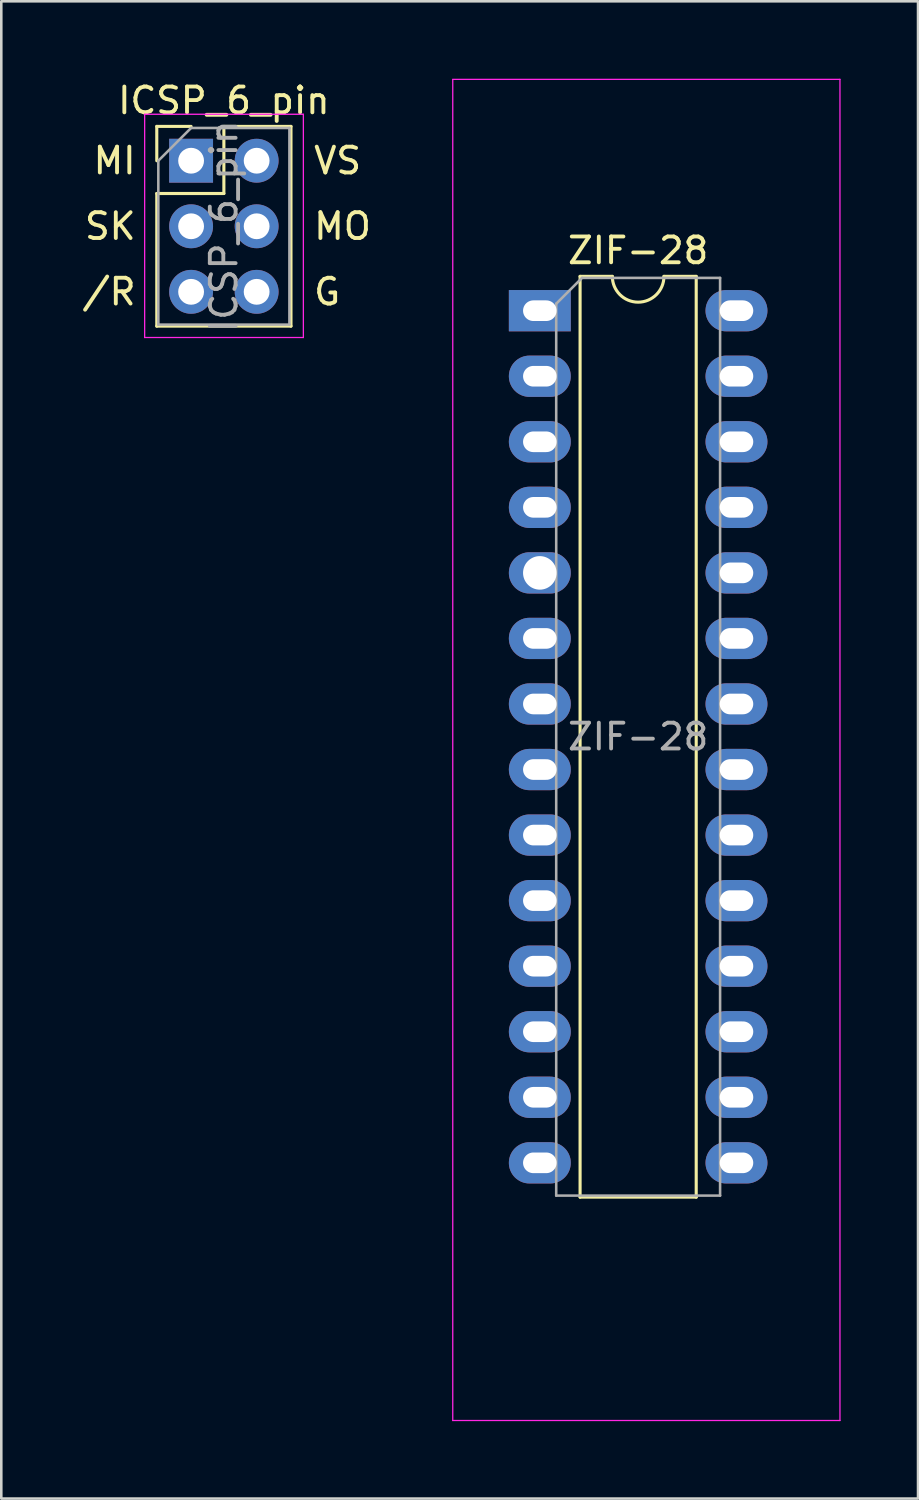
<source format=kicad_pcb>
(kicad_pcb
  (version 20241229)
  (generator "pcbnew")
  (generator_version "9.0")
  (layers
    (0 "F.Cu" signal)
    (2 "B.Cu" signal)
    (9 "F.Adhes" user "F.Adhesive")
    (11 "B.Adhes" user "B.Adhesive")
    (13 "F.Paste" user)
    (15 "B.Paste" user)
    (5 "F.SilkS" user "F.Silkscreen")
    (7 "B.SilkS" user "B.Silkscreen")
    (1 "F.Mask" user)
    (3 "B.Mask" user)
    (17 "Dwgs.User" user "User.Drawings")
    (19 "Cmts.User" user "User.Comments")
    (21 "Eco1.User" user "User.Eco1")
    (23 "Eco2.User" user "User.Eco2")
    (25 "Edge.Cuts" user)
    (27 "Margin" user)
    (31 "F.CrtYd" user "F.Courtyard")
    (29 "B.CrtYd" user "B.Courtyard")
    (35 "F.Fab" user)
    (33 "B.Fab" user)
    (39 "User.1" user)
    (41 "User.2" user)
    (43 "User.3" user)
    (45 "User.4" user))
  (footprint "ZIF-28"
    (layer "F.Cu")
    (at 17.893 8.971)
    (property "Reference" "ZIF-28" (at 3.785 -2.312 0) (layer "F.SilkS") (effects (font (size 1 1) (thickness 0.15))))
    (attr through_hole)
    (fp_line (start 1.535 -1.312) (end 1.535 34.368) (stroke (width 0.12) (type solid)) (layer "F.SilkS"))
    (fp_line (start 1.535 34.368) (end 6.035 34.368) (stroke (width 0.12) (type solid)) (layer "F.SilkS"))
    (fp_line (start 2.785 -1.312) (end 1.535 -1.312) (stroke (width 0.12) (type solid)) (layer "F.SilkS"))
    (fp_line (start 6.035 -1.312) (end 4.785 -1.312) (stroke (width 0.12) (type solid)) (layer "F.SilkS"))
    (fp_line (start 6.035 34.368) (end 6.035 -1.312) (stroke (width 0.12) (type solid)) (layer "F.SilkS"))
    (fp_arc (start 4.7846 -1.31222) (mid 3.7846 -0.31222) (end 2.7846 -1.31222) (stroke (width 0.12) (type solid)) (layer "F.SilkS"))
    (fp_line (start -3.399 -8.946) (end 11.605 -8.946) (stroke (width 0.05) (type solid)) (layer "F.CrtYd"))
    (fp_line (start -3.399 -8.941) (end -3.399 43.023) (stroke (width 0.05) (type solid)) (layer "F.CrtYd"))
    (fp_line (start -3.399 43.023) (end 11.605 43.023) (stroke (width 0.05) (type solid)) (layer "F.CrtYd"))
    (fp_line (start 11.605 43.023) (end 11.605 -8.946) (stroke (width 0.05) (type solid)) (layer "F.CrtYd"))
    (fp_line (start 0.61 -0.252) (end 1.61 -1.252) (stroke (width 0.1) (type solid)) (layer "F.Fab"))
    (fp_line (start 0.61 34.308) (end 0.61 -0.252) (stroke (width 0.1) (type solid)) (layer "F.Fab"))
    (fp_line (start 1.61 -1.252) (end 6.96 -1.252) (stroke (width 0.1) (type solid)) (layer "F.Fab"))
    (fp_line (start 6.96 -1.252) (end 6.96 34.308) (stroke (width 0.1) (type solid)) (layer "F.Fab"))
    (fp_line (start 6.96 34.308) (end 0.61 34.308) (stroke (width 0.1) (type solid)) (layer "F.Fab"))
    (fp_text user "${REFERENCE}" (at 3.785 16.528 0) (layer "F.Fab") (effects (font (size 1 1) (thickness 0.15))))
    (pad "1" thru_hole rect (at -0.025 0.018) (size 2.4 1.6) (drill oval 1.3 0.8) (layers "*.Cu" "*.Mask"))
    (pad "2" thru_hole oval (at -0.025 2.558) (size 2.4 1.6) (drill oval 1.3 0.8) (layers "*.Cu" "*.Mask"))
    (pad "3" thru_hole oval (at -0.025 5.098) (size 2.4 1.6) (drill oval 1.3 0.8) (layers "*.Cu" "*.Mask"))
    (pad "4" thru_hole oval (at -0.025 7.638) (size 2.4 1.6) (drill oval 1.3 0.8) (layers "*.Cu" "*.Mask"))
    (pad "5" thru_hole oval (at -0.025 10.178) (size 2.4 1.6) (drill 1.3) (layers "*.Cu" "*.Mask"))
    (pad "6" thru_hole oval (at -0.025 12.718) (size 2.4 1.6) (drill oval 1.3 0.8) (layers "*.Cu" "*.Mask"))
    (pad "7" thru_hole oval (at -0.025 15.258) (size 2.4 1.6) (drill oval 1.3 0.8) (layers "*.Cu" "*.Mask"))
    (pad "8" thru_hole oval (at -0.025 17.798) (size 2.4 1.6) (drill oval 1.3 0.8) (layers "*.Cu" "*.Mask"))
    (pad "9" thru_hole oval (at -0.025 20.338) (size 2.4 1.6) (drill oval 1.3 0.8) (layers "*.Cu" "*.Mask"))
    (pad "10" thru_hole oval (at -0.025 22.878) (size 2.4 1.6) (drill oval 1.3 0.8) (layers "*.Cu" "*.Mask"))
    (pad "11" thru_hole oval (at -0.025 25.418) (size 2.4 1.6) (drill oval 1.3 0.8) (layers "*.Cu" "*.Mask"))
    (pad "12" thru_hole oval (at -0.025 27.958) (size 2.4 1.6) (drill oval 1.3 0.8) (layers "*.Cu" "*.Mask"))
    (pad "13" thru_hole oval (at -0.025 30.498) (size 2.4 1.6) (drill oval 1.3 0.8) (layers "*.Cu" "*.Mask"))
    (pad "14" thru_hole oval (at -0.025 33.038) (size 2.4 1.6) (drill oval 1.3 0.8) (layers "*.Cu" "*.Mask"))
    (pad "15" thru_hole oval (at 7.595 33.038) (size 2.4 1.6) (drill oval 1.3 0.8) (layers "*.Cu" "*.Mask"))
    (pad "16" thru_hole oval (at 7.595 30.498) (size 2.4 1.6) (drill oval 1.3 0.8) (layers "*.Cu" "*.Mask"))
    (pad "17" thru_hole oval (at 7.595 27.958) (size 2.4 1.6) (drill oval 1.3 0.8) (layers "*.Cu" "*.Mask"))
    (pad "18" thru_hole oval (at 7.595 25.418) (size 2.4 1.6) (drill oval 1.3 0.8) (layers "*.Cu" "*.Mask"))
    (pad "19" thru_hole oval (at 7.595 22.878) (size 2.4 1.6) (drill oval 1.3 0.8) (layers "*.Cu" "*.Mask"))
    (pad "20" thru_hole oval (at 7.595 20.338) (size 2.4 1.6) (drill oval 1.3 0.8) (layers "*.Cu" "*.Mask"))
    (pad "21" thru_hole oval (at 7.595 17.798) (size 2.4 1.6) (drill oval 1.3 0.8) (layers "*.Cu" "*.Mask"))
    (pad "22" thru_hole oval (at 7.595 15.258) (size 2.4 1.6) (drill oval 1.3 0.8) (layers "*.Cu" "*.Mask"))
    (pad "23" thru_hole oval (at 7.595 12.718) (size 2.4 1.6) (drill oval 1.3 0.8) (layers "*.Cu" "*.Mask"))
    (pad "24" thru_hole oval (at 7.595 10.178) (size 2.4 1.6) (drill oval 1.3 0.8) (layers "*.Cu" "*.Mask"))
    (pad "25" thru_hole oval (at 7.595 7.638) (size 2.4 1.6) (drill oval 1.3 0.8) (layers "*.Cu" "*.Mask"))
    (pad "26" thru_hole oval (at 7.595 5.098) (size 2.4 1.6) (drill oval 1.3 0.8) (layers "*.Cu" "*.Mask"))
    (pad "27" thru_hole oval (at 7.595 2.558) (size 2.4 1.6) (drill oval 1.3 0.8) (layers "*.Cu" "*.Mask"))
    (pad "28" thru_hole oval (at 7.595 0.018) (size 2.4 1.6) (drill oval 1.3 0.8) (layers "*.Cu" "*.Mask")))
  (footprint "ICSP_6_pin"
    (layer "F.Cu")
    (at 4.355 3.178)
    (property "Reference" "ICSP_6_pin" (at 1.27 -2.33 0) (layer "F.SilkS") (effects (font (size 1 1) (thickness 0.15))))
    (attr through_hole)
    (fp_line (start -1.33 -1.33) (end 0 -1.33) (stroke (width 0.12) (type solid)) (layer "F.SilkS"))
    (fp_line (start -1.33 0) (end -1.33 -1.33) (stroke (width 0.12) (type solid)) (layer "F.SilkS"))
    (fp_line (start -1.33 1.27) (end -1.33 6.41) (stroke (width 0.12) (type solid)) (layer "F.SilkS"))
    (fp_line (start -1.33 1.27) (end 1.27 1.27) (stroke (width 0.12) (type solid)) (layer "F.SilkS"))
    (fp_line (start -1.33 6.41) (end 3.87 6.41) (stroke (width 0.12) (type solid)) (layer "F.SilkS"))
    (fp_line (start 1.27 -1.33) (end 3.87 -1.33) (stroke (width 0.12) (type solid)) (layer "F.SilkS"))
    (fp_line (start 1.27 1.27) (end 1.27 -1.33) (stroke (width 0.12) (type solid)) (layer "F.SilkS"))
    (fp_line (start 3.87 -1.33) (end 3.87 6.41) (stroke (width 0.12) (type solid)) (layer "F.SilkS"))
    (fp_line (start -1.8 -1.8) (end -1.8 6.85) (stroke (width 0.05) (type solid)) (layer "F.CrtYd"))
    (fp_line (start -1.8 6.85) (end 4.35 6.85) (stroke (width 0.05) (type solid)) (layer "F.CrtYd"))
    (fp_line (start 4.35 -1.8) (end -1.8 -1.8) (stroke (width 0.05) (type solid)) (layer "F.CrtYd"))
    (fp_line (start 4.35 6.85) (end 4.35 -1.8) (stroke (width 0.05) (type solid)) (layer "F.CrtYd"))
    (fp_line (start -1.27 0) (end 0 -1.27) (stroke (width 0.1) (type solid)) (layer "F.Fab"))
    (fp_line (start -1.27 6.35) (end -1.27 0) (stroke (width 0.1) (type solid)) (layer "F.Fab"))
    (fp_line (start 0 -1.27) (end 3.81 -1.27) (stroke (width 0.1) (type solid)) (layer "F.Fab"))
    (fp_line (start 3.81 -1.27) (end 3.81 6.35) (stroke (width 0.1) (type solid)) (layer "F.Fab"))
    (fp_line (start 3.81 6.35) (end -1.27 6.35) (stroke (width 0.1) (type solid)) (layer "F.Fab"))
    (fp_text user "MI" (at -2.057 0 0) (layer "F.SilkS") (effects (font (size 1 1) (thickness 0.15)) (justify right)))
    (fp_text user "MO" (at 4.674 2.54 0) (layer "F.SilkS") (effects (font (size 1 1) (thickness 0.15)) (justify left)))
    (fp_text user "/R" (at -2.057 5.08 0) (layer "F.SilkS") (effects (font (size 1 1) (thickness 0.15)) (justify right)))
    (fp_text user "G" (at 4.674 5.08 0) (layer "F.SilkS") (effects (font (size 1 1) (thickness 0.15)) (justify left)))
    (fp_text user "SK" (at -2.057 2.54 0) (layer "F.SilkS") (effects (font (size 1 1) (thickness 0.15)) (justify right)))
    (fp_text user "VS" (at 4.674 0 0) (layer "F.SilkS") (effects (font (size 1 1) (thickness 0.15)) (justify left)))
    (fp_text user "${REFERENCE}" (at 1.27 2.54 90) (layer "F.Fab") (effects (font (size 1 1) (thickness 0.15))))
    (pad "1" thru_hole rect (at 0 0) (size 1.7 1.7) (drill 1) (layers "*.Cu" "*.Mask"))
    (pad "2" thru_hole oval (at 2.54 0) (size 1.7 1.7) (drill 1) (layers "*.Cu" "*.Mask"))
    (pad "3" thru_hole oval (at 0 2.54) (size 1.7 1.7) (drill 1) (layers "*.Cu" "*.Mask"))
    (pad "4" thru_hole oval (at 2.54 2.54) (size 1.7 1.7) (drill 1) (layers "*.Cu" "*.Mask"))
    (pad "5" thru_hole oval (at 0 5.08) (size 1.7 1.7) (drill 1) (layers "*.Cu" "*.Mask"))
    (pad "6" thru_hole oval (at 2.54 5.08) (size 1.7 1.7) (drill 1) (layers "*.Cu" "*.Mask")))
  (gr_rect
    (start -3 -3)
    (end 32.523 55.019)
    (stroke (width 0.1) (type default))
    (fill no)
    (layer "Edge.Cuts")))
</source>
